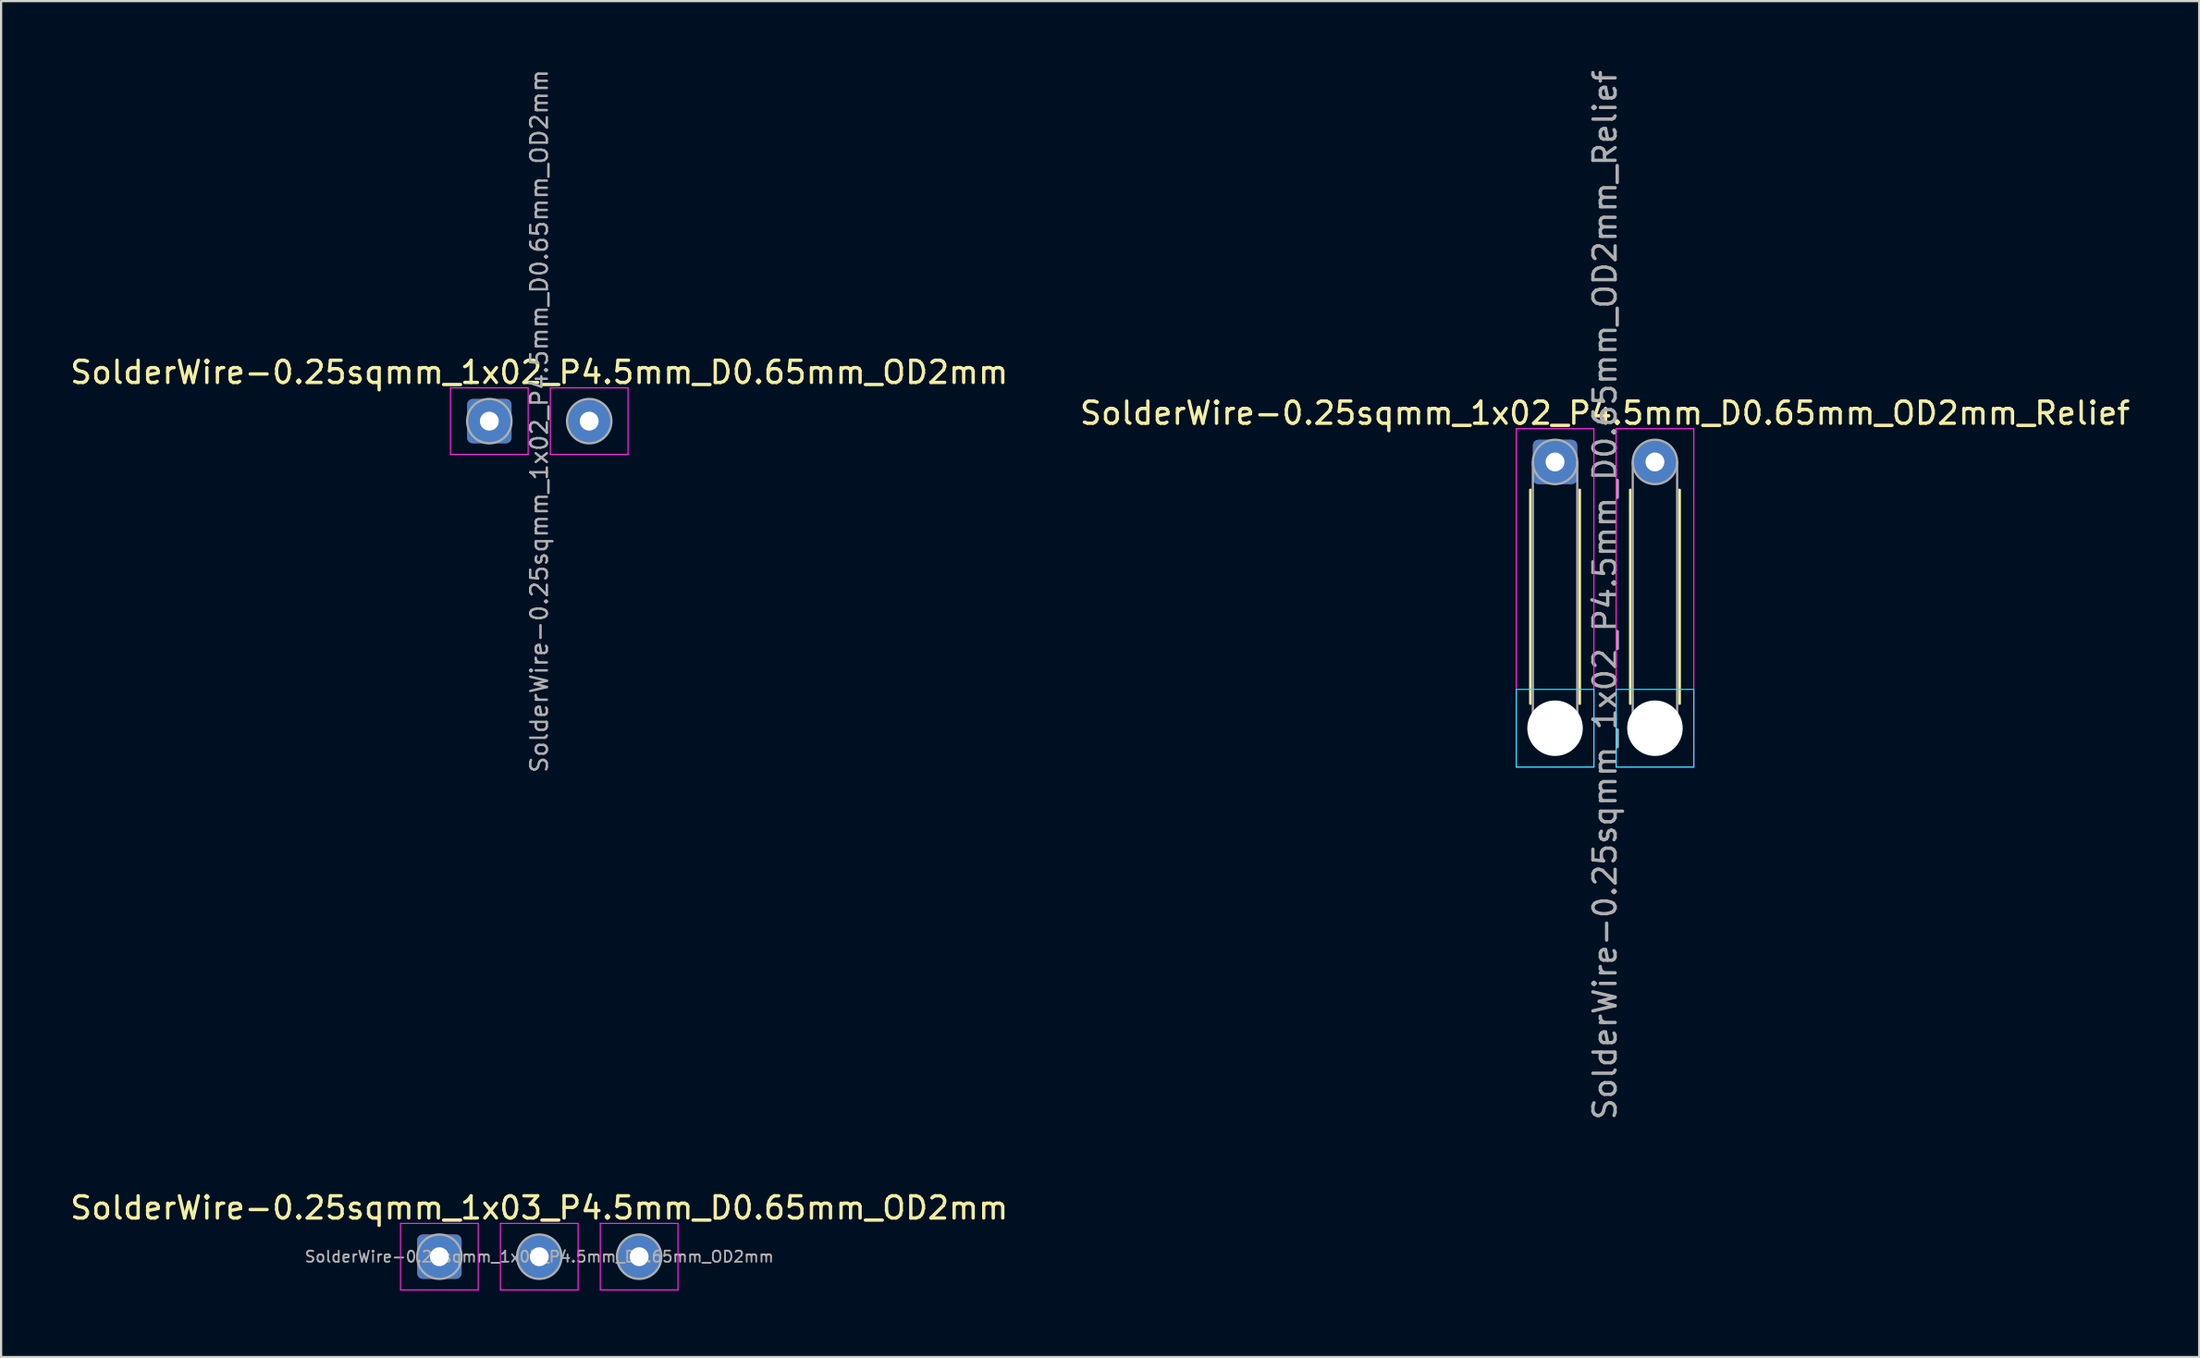
<source format=kicad_pcb>
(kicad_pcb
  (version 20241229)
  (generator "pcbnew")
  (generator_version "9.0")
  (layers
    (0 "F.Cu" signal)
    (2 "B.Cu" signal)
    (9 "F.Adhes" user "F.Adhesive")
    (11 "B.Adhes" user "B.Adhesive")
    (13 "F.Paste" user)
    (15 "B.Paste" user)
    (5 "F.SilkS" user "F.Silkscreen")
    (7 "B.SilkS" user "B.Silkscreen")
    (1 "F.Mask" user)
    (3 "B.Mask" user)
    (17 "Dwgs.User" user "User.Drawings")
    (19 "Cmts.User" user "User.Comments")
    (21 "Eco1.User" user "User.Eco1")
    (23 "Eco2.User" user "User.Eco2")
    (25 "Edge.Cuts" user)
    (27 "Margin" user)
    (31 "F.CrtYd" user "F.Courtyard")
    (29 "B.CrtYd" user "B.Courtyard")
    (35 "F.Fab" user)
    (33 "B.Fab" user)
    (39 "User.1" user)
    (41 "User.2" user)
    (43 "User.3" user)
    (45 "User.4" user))
  (footprint "SolderWire-0.25sqmm_1x02_P4.5mm_D0.65mm_OD2mm"
    (layer "F.Cu")
    (at 18.994 15.929)
    (property "Reference" "SolderWire-0.25sqmm_1x02_P4.5mm_D0.65mm_OD2mm" (at 2.25 -2.2 0) (layer "F.SilkS") (effects (font (size 1 1) (thickness 0.15))))
    (attr exclude_from_pos_files exclude_from_bom)
    (fp_line (start -1.75 -1.5) (end -1.75 1.5) (stroke (width 0.05) (type solid)) (layer "F.CrtYd"))
    (fp_line (start -1.75 1.5) (end 1.75 1.5) (stroke (width 0.05) (type solid)) (layer "F.CrtYd"))
    (fp_line (start 1.75 -1.5) (end -1.75 -1.5) (stroke (width 0.05) (type solid)) (layer "F.CrtYd"))
    (fp_line (start 1.75 1.5) (end 1.75 -1.5) (stroke (width 0.05) (type solid)) (layer "F.CrtYd"))
    (fp_line (start 2.75 -1.5) (end 2.75 1.5) (stroke (width 0.05) (type solid)) (layer "F.CrtYd"))
    (fp_line (start 2.75 1.5) (end 6.25 1.5) (stroke (width 0.05) (type solid)) (layer "F.CrtYd"))
    (fp_line (start 6.25 -1.5) (end 2.75 -1.5) (stroke (width 0.05) (type solid)) (layer "F.CrtYd"))
    (fp_line (start 6.25 1.5) (end 6.25 -1.5) (stroke (width 0.05) (type solid)) (layer "F.CrtYd"))
    (fp_circle (center 0 0) (end 1 0) (stroke (width 0.1) (type solid)) (fill no) (layer "F.Fab"))
    (fp_circle (center 4.5 0) (end 5.5 0) (stroke (width 0.1) (type solid)) (fill no) (layer "F.Fab"))
    (fp_text user "${REFERENCE}" (at 2.25 0 90) (layer "F.Fab") (effects (font (size 0.75 0.75) (thickness 0.11))))
    (pad "1" thru_hole roundrect (at 0 0) (size 2 2) (drill 0.85) (layers "*.Cu" "*.Mask") (roundrect_rratio 0.125))
    (pad "2" thru_hole circle (at 4.5 0) (size 2 2) (drill 0.85) (layers "*.Cu" "*.Mask")))
  (footprint "SolderWire-0.25sqmm_1x03_P4.5mm_D0.65mm_OD2mm"
    (layer "F.Cu")
    (at 16.744 53.584)
    (property "Reference" "SolderWire-0.25sqmm_1x03_P4.5mm_D0.65mm_OD2mm" (at 4.5 -2.2 0) (layer "F.SilkS") (effects (font (size 1 1) (thickness 0.15))))
    (attr exclude_from_pos_files exclude_from_bom)
    (fp_line (start -1.75 -1.5) (end -1.75 1.5) (stroke (width 0.05) (type solid)) (layer "F.CrtYd"))
    (fp_line (start -1.75 1.5) (end 1.75 1.5) (stroke (width 0.05) (type solid)) (layer "F.CrtYd"))
    (fp_line (start 1.75 -1.5) (end -1.75 -1.5) (stroke (width 0.05) (type solid)) (layer "F.CrtYd"))
    (fp_line (start 1.75 1.5) (end 1.75 -1.5) (stroke (width 0.05) (type solid)) (layer "F.CrtYd"))
    (fp_line (start 2.75 -1.5) (end 2.75 1.5) (stroke (width 0.05) (type solid)) (layer "F.CrtYd"))
    (fp_line (start 2.75 1.5) (end 6.25 1.5) (stroke (width 0.05) (type solid)) (layer "F.CrtYd"))
    (fp_line (start 6.25 -1.5) (end 2.75 -1.5) (stroke (width 0.05) (type solid)) (layer "F.CrtYd"))
    (fp_line (start 6.25 1.5) (end 6.25 -1.5) (stroke (width 0.05) (type solid)) (layer "F.CrtYd"))
    (fp_line (start 7.25 -1.5) (end 7.25 1.5) (stroke (width 0.05) (type solid)) (layer "F.CrtYd"))
    (fp_line (start 7.25 1.5) (end 10.75 1.5) (stroke (width 0.05) (type solid)) (layer "F.CrtYd"))
    (fp_line (start 10.75 -1.5) (end 7.25 -1.5) (stroke (width 0.05) (type solid)) (layer "F.CrtYd"))
    (fp_line (start 10.75 1.5) (end 10.75 -1.5) (stroke (width 0.05) (type solid)) (layer "F.CrtYd"))
    (fp_circle (center 0 0) (end 1 0) (stroke (width 0.1) (type solid)) (fill no) (layer "F.Fab"))
    (fp_circle (center 4.5 0) (end 5.5 0) (stroke (width 0.1) (type solid)) (fill no) (layer "F.Fab"))
    (fp_circle (center 9 0) (end 10 0) (stroke (width 0.1) (type solid)) (fill no) (layer "F.Fab"))
    (fp_text user "${REFERENCE}" (at 4.5 0 0) (layer "F.Fab") (effects (font (size 0.5 0.5) (thickness 0.08))))
    (pad "1" thru_hole roundrect (at 0 0) (size 2 2) (drill 0.85) (layers "*.Cu" "*.Mask") (roundrect_rratio 0.125))
    (pad "2" thru_hole circle (at 4.5 0) (size 2 2) (drill 0.85) (layers "*.Cu" "*.Mask"))
    (pad "3" thru_hole circle (at 9 0) (size 2 2) (drill 0.85) (layers "*.Cu" "*.Mask")))
  (footprint "SolderWire-0.25sqmm_1x02_P4.5mm_D0.65mm_OD2mm_Relief"
    (layer "F.Cu")
    (at 67.006 17.768)
    (property "Reference" "SolderWire-0.25sqmm_1x02_P4.5mm_D0.65mm_OD2mm_Relief" (at 2.25 -2.2 0) (layer "F.SilkS") (effects (font (size 1 1) (thickness 0.15))))
    (attr exclude_from_pos_files exclude_from_bom)
    (fp_line (start -1.11 1.26) (end -1.11 10.89) (stroke (width 0.12) (type solid)) (layer "F.SilkS"))
    (fp_line (start 1.11 1.26) (end 1.11 10.89) (stroke (width 0.12) (type solid)) (layer "F.SilkS"))
    (fp_line (start 3.39 1.26) (end 3.39 10.89) (stroke (width 0.12) (type solid)) (layer "F.SilkS"))
    (fp_line (start 5.61 1.26) (end 5.61 10.89) (stroke (width 0.12) (type solid)) (layer "F.SilkS"))
    (fp_line (start -1.75 10.25) (end -1.75 13.75) (stroke (width 0.05) (type solid)) (layer "B.CrtYd"))
    (fp_line (start -1.75 13.75) (end 1.75 13.75) (stroke (width 0.05) (type solid)) (layer "B.CrtYd"))
    (fp_line (start 1.75 10.25) (end -1.75 10.25) (stroke (width 0.05) (type solid)) (layer "B.CrtYd"))
    (fp_line (start 1.75 13.75) (end 1.75 10.25) (stroke (width 0.05) (type solid)) (layer "B.CrtYd"))
    (fp_line (start 2.75 10.25) (end 2.75 13.75) (stroke (width 0.05) (type solid)) (layer "B.CrtYd"))
    (fp_line (start 2.75 13.75) (end 6.25 13.75) (stroke (width 0.05) (type solid)) (layer "B.CrtYd"))
    (fp_line (start 6.25 10.25) (end 2.75 10.25) (stroke (width 0.05) (type solid)) (layer "B.CrtYd"))
    (fp_line (start 6.25 13.75) (end 6.25 10.25) (stroke (width 0.05) (type solid)) (layer "B.CrtYd"))
    (fp_line (start -1.75 -1.5) (end -1.75 13.75) (stroke (width 0.05) (type solid)) (layer "F.CrtYd"))
    (fp_line (start -1.75 13.75) (end 1.75 13.75) (stroke (width 0.05) (type solid)) (layer "F.CrtYd"))
    (fp_line (start 1.75 -1.5) (end -1.75 -1.5) (stroke (width 0.05) (type solid)) (layer "F.CrtYd"))
    (fp_line (start 1.75 13.75) (end 1.75 -1.5) (stroke (width 0.05) (type solid)) (layer "F.CrtYd"))
    (fp_line (start 2.75 -1.5) (end 2.75 13.75) (stroke (width 0.05) (type solid)) (layer "F.CrtYd"))
    (fp_line (start 2.75 13.75) (end 6.25 13.75) (stroke (width 0.05) (type solid)) (layer "F.CrtYd"))
    (fp_line (start 6.25 -1.5) (end 2.75 -1.5) (stroke (width 0.05) (type solid)) (layer "F.CrtYd"))
    (fp_line (start 6.25 13.75) (end 6.25 -1.5) (stroke (width 0.05) (type solid)) (layer "F.CrtYd"))
    (fp_line (start -1 0) (end -1 12) (stroke (width 0.1) (type solid)) (layer "F.Fab"))
    (fp_line (start 1 0) (end 1 12) (stroke (width 0.1) (type solid)) (layer "F.Fab"))
    (fp_line (start 3.5 0) (end 3.5 12) (stroke (width 0.1) (type solid)) (layer "F.Fab"))
    (fp_line (start 5.5 0) (end 5.5 12) (stroke (width 0.1) (type solid)) (layer "F.Fab"))
    (fp_circle (center 0 0) (end 1 0) (stroke (width 0.1) (type solid)) (fill no) (layer "F.Fab"))
    (fp_circle (center 0 12) (end 1 12) (stroke (width 0.1) (type solid)) (fill no) (layer "F.Fab"))
    (fp_circle (center 4.5 0) (end 5.5 0) (stroke (width 0.1) (type solid)) (fill no) (layer "F.Fab"))
    (fp_circle (center 4.5 12) (end 5.5 12) (stroke (width 0.1) (type solid)) (fill no) (layer "F.Fab"))
    (fp_text user "${REFERENCE}" (at 2.25 6 90) (layer "F.Fab") (effects (font (size 1 1) (thickness 0.15))))
    (pad "" np_thru_hole circle (at 0 12) (size 2.5 2.5) (drill 2.5) (layers "*.Cu" "*.Mask"))
    (pad "" np_thru_hole circle (at 4.5 12) (size 2.5 2.5) (drill 2.5) (layers "*.Cu" "*.Mask"))
    (pad "1" thru_hole roundrect (at 0 0) (size 2 2) (drill 0.85) (layers "*.Cu" "*.Mask") (roundrect_rratio 0.125))
    (pad "2" thru_hole circle (at 4.5 0) (size 2 2) (drill 0.85) (layers "*.Cu" "*.Mask")))
  (gr_rect
    (start -3 -3)
    (end 96.024 58.109)
    (stroke (width 0.1) (type default))
    (fill no)
    (layer "Edge.Cuts")))
</source>
